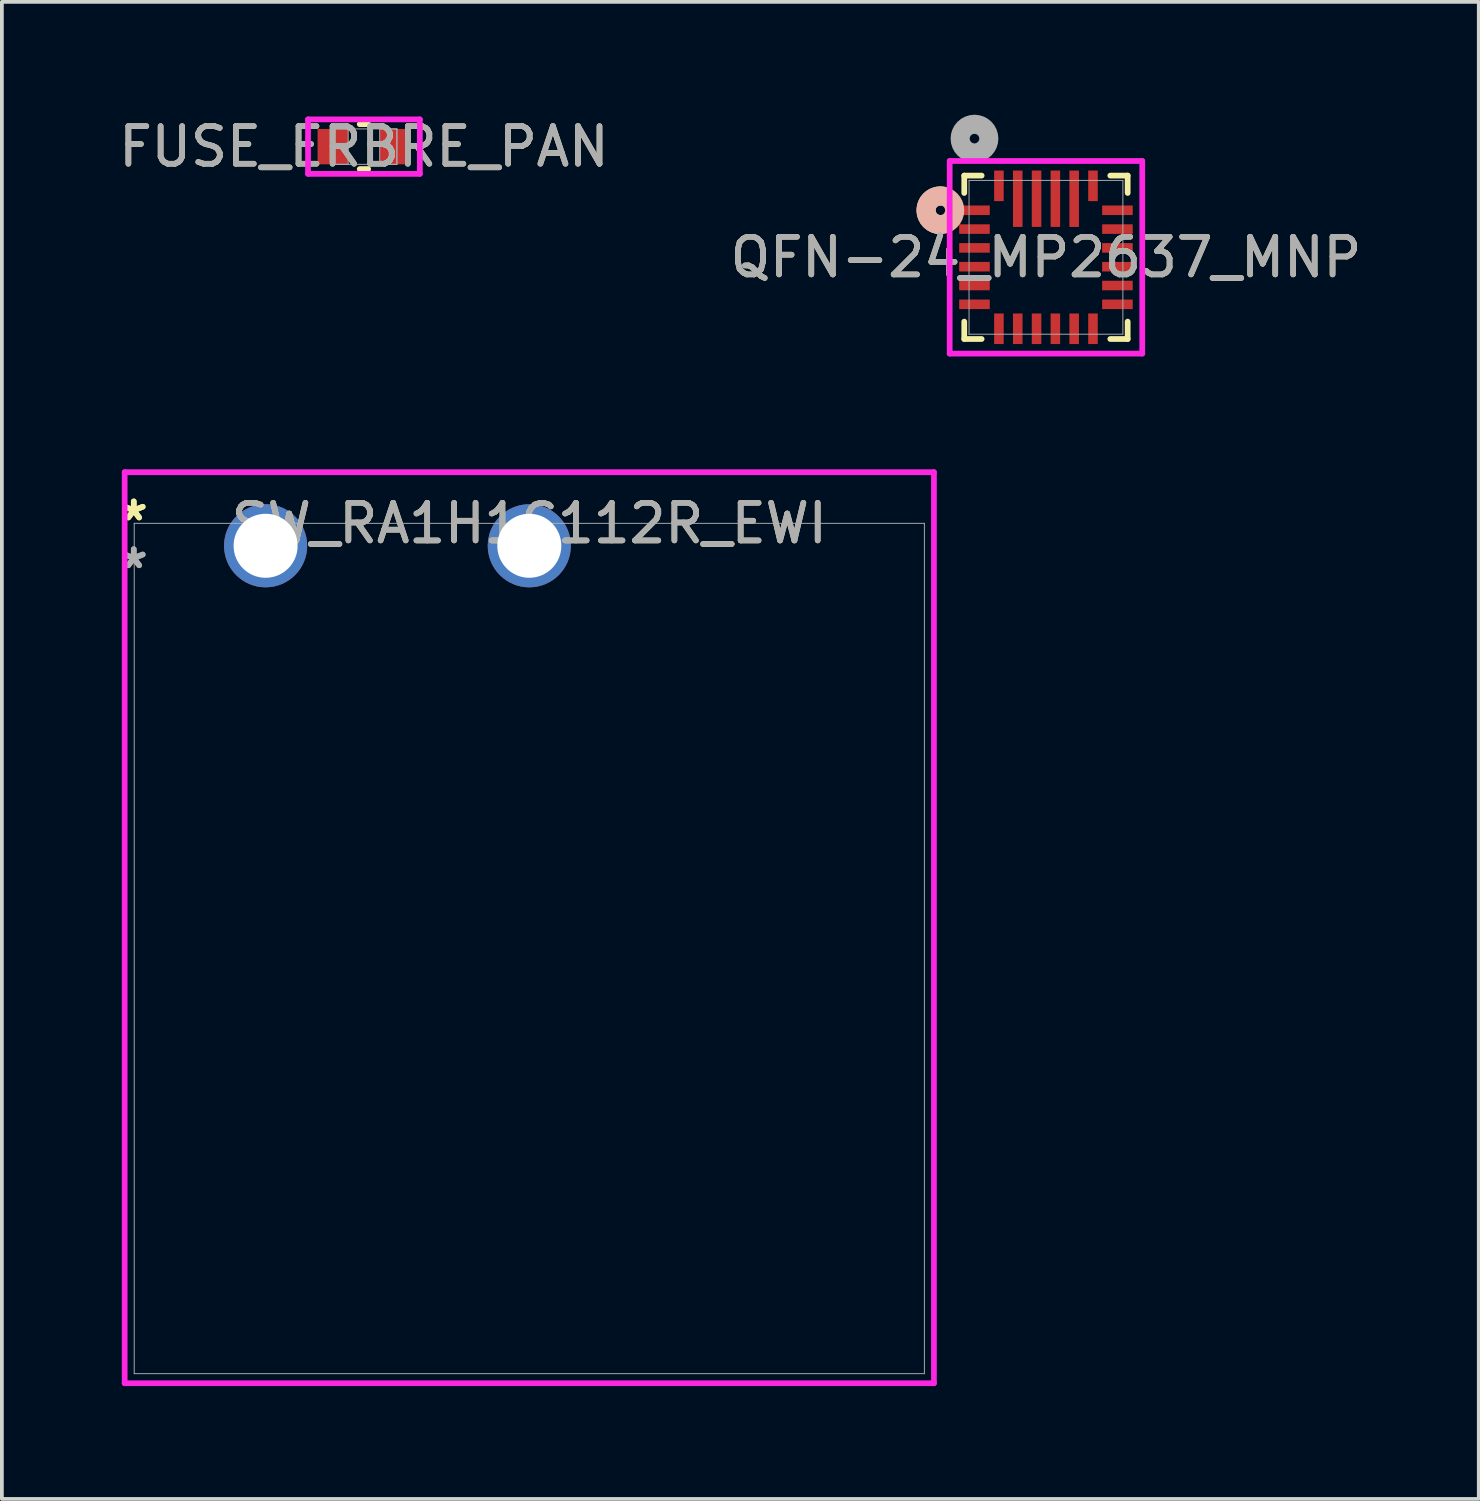
<source format=kicad_pcb>
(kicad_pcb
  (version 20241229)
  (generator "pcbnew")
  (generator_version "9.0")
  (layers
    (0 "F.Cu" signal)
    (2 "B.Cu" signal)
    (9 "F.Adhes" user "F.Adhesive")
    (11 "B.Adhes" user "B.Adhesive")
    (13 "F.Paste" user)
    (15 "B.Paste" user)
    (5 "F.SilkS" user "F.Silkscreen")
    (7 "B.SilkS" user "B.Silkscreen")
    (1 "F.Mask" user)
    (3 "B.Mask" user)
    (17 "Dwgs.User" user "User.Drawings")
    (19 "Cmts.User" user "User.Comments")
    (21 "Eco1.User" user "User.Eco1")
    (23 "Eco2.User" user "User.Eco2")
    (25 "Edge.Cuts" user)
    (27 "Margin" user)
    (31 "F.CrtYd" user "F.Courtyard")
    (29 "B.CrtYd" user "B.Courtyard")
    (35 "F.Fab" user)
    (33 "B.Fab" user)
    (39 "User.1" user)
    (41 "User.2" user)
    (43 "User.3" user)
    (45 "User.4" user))
  (footprint "SW_RA1H1C112R_EWI"
    (layer "F.Cu")
    (at 4.011 11.459)
    (property "Reference" "SW_RA1H1C112R_EWI" (at 7.01 -0.597 0) (unlocked yes) (layer "F.SilkS") (effects (font (size 1 1) (thickness 0.15))))
    (attr through_hole)
    (fp_line (start -3.747 -1.956) (end -3.747 22.263) (stroke (width 0.152) (type solid)) (layer "F.CrtYd"))
    (fp_line (start -3.747 22.263) (end 17.767 22.263) (stroke (width 0.152) (type solid)) (layer "F.CrtYd"))
    (fp_line (start 17.767 -1.956) (end -3.747 -1.956) (stroke (width 0.152) (type solid)) (layer "F.CrtYd"))
    (fp_line (start 17.767 22.263) (end 17.767 -1.956) (stroke (width 0.152) (type solid)) (layer "F.CrtYd"))
    (fp_line (start -3.493 -0.597) (end 17.513 -0.597) (stroke (width 0.025) (type solid)) (layer "F.Fab"))
    (fp_line (start -3.493 22.009) (end -3.493 -0.597) (stroke (width 0.025) (type solid)) (layer "F.Fab"))
    (fp_line (start 17.513 -0.597) (end 17.513 22.009) (stroke (width 0.025) (type solid)) (layer "F.Fab"))
    (fp_line (start 17.513 22.009) (end -3.493 22.009) (stroke (width 0.025) (type solid)) (layer "F.Fab"))
    (fp_text user "*" (at -3.505 -0.635 0) (layer "F.SilkS") (effects (font (size 1 1) (thickness 0.15))))
    (fp_text user "*" (at -3.505 -0.635 0) (unlocked yes) (layer "F.SilkS") (effects (font (size 1 1) (thickness 0.15))))
    (fp_text user "*" (at -3.505 0.635 0) (layer "F.Fab") (effects (font (size 1 1) (thickness 0.15))))
    (fp_text user "${REFERENCE}" (at 7.01 -0.597 0) (unlocked yes) (layer "F.Fab") (effects (font (size 1 1) (thickness 0.15))))
    (fp_text user "*" (at -3.505 0.635 0) (unlocked yes) (layer "F.Fab") (effects (font (size 1 1) (thickness 0.15))))
    (pad "1" thru_hole circle (at 0 0) (size 2.21 2.21) (drill 1.702) (layers "*.Cu" "*.Mask"))
    (pad "2" thru_hole circle (at 7.01 0) (size 2.21 2.21) (drill 1.702) (layers "*.Cu" "*.Mask")))
  (footprint "FUSE_ERBRE_PAN"
    (layer "F.Cu")
    (at 6.625 0.848)
    (property "Reference" "FUSE_ERBRE_PAN" (at 0 0 0) (unlocked yes) (layer "F.SilkS") (effects (font (size 1 1) (thickness 0.15))))
    (attr smd)
    (fp_line (start -0.112 0.597) (end 0.112 0.597) (stroke (width 0.152) (type solid)) (layer "F.SilkS"))
    (fp_line (start 0.112 -0.597) (end -0.112 -0.597) (stroke (width 0.152) (type solid)) (layer "F.SilkS"))
    (fp_line (start -1.486 -0.724) (end 1.486 -0.724) (stroke (width 0.152) (type solid)) (layer "F.CrtYd"))
    (fp_line (start -1.486 0.724) (end -1.486 -0.724) (stroke (width 0.152) (type solid)) (layer "F.CrtYd"))
    (fp_line (start 1.486 -0.724) (end 1.486 0.724) (stroke (width 0.152) (type solid)) (layer "F.CrtYd"))
    (fp_line (start 1.486 0.724) (end -1.486 0.724) (stroke (width 0.152) (type solid)) (layer "F.CrtYd"))
    (fp_line (start -0.876 -0.47) (end -0.876 0.47) (stroke (width 0.025) (type solid)) (layer "F.Fab"))
    (fp_line (start -0.876 -0.47) (end -0.876 0.47) (stroke (width 0.025) (type solid)) (layer "F.Fab"))
    (fp_line (start -0.876 0.47) (end -0.419 0.47) (stroke (width 0.025) (type solid)) (layer "F.Fab"))
    (fp_line (start -0.876 0.47) (end 0.876 0.47) (stroke (width 0.025) (type solid)) (layer "F.Fab"))
    (fp_line (start -0.419 -0.47) (end -0.876 -0.47) (stroke (width 0.025) (type solid)) (layer "F.Fab"))
    (fp_line (start -0.419 0.47) (end -0.419 -0.47) (stroke (width 0.025) (type solid)) (layer "F.Fab"))
    (fp_line (start 0.419 -0.47) (end 0.419 0.47) (stroke (width 0.025) (type solid)) (layer "F.Fab"))
    (fp_line (start 0.419 0.47) (end 0.876 0.47) (stroke (width 0.025) (type solid)) (layer "F.Fab"))
    (fp_line (start 0.876 -0.47) (end -0.876 -0.47) (stroke (width 0.025) (type solid)) (layer "F.Fab"))
    (fp_line (start 0.876 -0.47) (end 0.419 -0.47) (stroke (width 0.025) (type solid)) (layer "F.Fab"))
    (fp_line (start 0.876 0.47) (end 0.876 -0.47) (stroke (width 0.025) (type solid)) (layer "F.Fab"))
    (fp_line (start 0.876 0.47) (end 0.876 -0.47) (stroke (width 0.025) (type solid)) (layer "F.Fab"))
    (fp_circle (center -0.622 0) (end -0.622 0) (stroke (width 0.025) (type solid)) (fill no) (layer "F.Fab"))
    (fp_text user "${REFERENCE}" (at 0 0 0) (unlocked yes) (layer "F.Fab") (effects (font (size 1 1) (thickness 0.15))))
    (pad "1" smd rect (at -0.826 0) (size 0.813 0.94) (layers "F.Cu" "F.Mask" "F.Paste"))
    (pad "2" smd rect (at 0.826 0) (size 0.813 0.94) (layers "F.Cu" "F.Mask" "F.Paste"))
    (zone (net_name "") (layer "F.Cu") (hatch full 0.508) (connect_pads) (min_thickness 0.254) (filled_areas_thickness no) (keepout (tracks not_allowed) (vias not_allowed) (pads allowed) (copperpour not_allowed) (footprints allowed)) (placement (enabled no)) (fill) (polygon (pts (xy 6.257 0.429) (xy 6.993 0.429) (xy 6.993 1.267) (xy 6.257 1.267)))))
  (footprint "QFN-24_MP2637_MNP"
    (layer "F.Cu")
    (at 24.756 3.79)
    (property "Reference" "QFN-24_MP2637_MNP" (at 0 0 0) (unlocked yes) (layer "F.SilkS") (effects (font (size 1 1) (thickness 0.15))))
    (attr smd)
    (fp_line (start -2.172 -2.172) (end -2.172 -1.71) (stroke (width 0.152) (type solid)) (layer "F.SilkS"))
    (fp_line (start -2.172 1.71) (end -2.172 2.172) (stroke (width 0.152) (type solid)) (layer "F.SilkS"))
    (fp_line (start -2.172 2.172) (end -1.71 2.172) (stroke (width 0.152) (type solid)) (layer "F.SilkS"))
    (fp_line (start -1.71 -2.172) (end -2.172 -2.172) (stroke (width 0.152) (type solid)) (layer "F.SilkS"))
    (fp_line (start 1.71 2.172) (end 2.172 2.172) (stroke (width 0.152) (type solid)) (layer "F.SilkS"))
    (fp_line (start 2.172 -2.172) (end 1.71 -2.172) (stroke (width 0.152) (type solid)) (layer "F.SilkS"))
    (fp_line (start 2.172 -1.71) (end 2.172 -2.172) (stroke (width 0.152) (type solid)) (layer "F.SilkS"))
    (fp_line (start 2.172 2.172) (end 2.172 1.71) (stroke (width 0.152) (type solid)) (layer "F.SilkS"))
    (fp_arc (start -2.816939 -0.869138) (mid -3.18629 -1.282753) (end -2.751548 -1.626987) (stroke (width 0.508) (type solid)) (layer "F.SilkS"))
    (fp_circle (center -2.807 -1.25) (end -2.426 -1.25) (stroke (width 0.508) (type solid)) (fill no) (layer "B.SilkS"))
    (fp_line (start -2.56 -2.56) (end -2.56 2.56) (stroke (width 0.152) (type solid)) (layer "F.CrtYd"))
    (fp_line (start -2.56 2.56) (end 2.56 2.56) (stroke (width 0.152) (type solid)) (layer "F.CrtYd"))
    (fp_line (start 2.56 -2.56) (end -2.56 -2.56) (stroke (width 0.152) (type solid)) (layer "F.CrtYd"))
    (fp_line (start 2.56 2.56) (end 2.56 -2.56) (stroke (width 0.152) (type solid)) (layer "F.CrtYd"))
    (fp_line (start -2.045 -2.045) (end -2.045 2.045) (stroke (width 0.025) (type solid)) (layer "F.Fab"))
    (fp_line (start -2.045 2.045) (end 2.045 2.045) (stroke (width 0.025) (type solid)) (layer "F.Fab"))
    (fp_line (start 2.045 -2.045) (end -2.045 -2.045) (stroke (width 0.025) (type solid)) (layer "F.Fab"))
    (fp_line (start 2.045 2.045) (end 2.045 -2.045) (stroke (width 0.025) (type solid)) (layer "F.Fab"))
    (fp_circle (center -1.9 -3.155) (end -1.519 -3.155) (stroke (width 0.508) (type solid)) (fill no) (layer "F.Fab"))
    (fp_text user "${REFERENCE}" (at 0 0 0) (unlocked yes) (layer "F.Fab") (effects (font (size 1 1) (thickness 0.15))))
    (pad "1" smd rect (at -1.9 -1.25) (size 0.813 0.254) (layers "F.Cu" "F.Mask" "F.Paste"))
    (pad "2" smd rect (at -1.9 -0.75) (size 0.813 0.254) (layers "F.Cu" "F.Mask" "F.Paste"))
    (pad "3" smd rect (at -1.9 -0.25) (size 0.813 0.254) (layers "F.Cu" "F.Mask" "F.Paste"))
    (pad "4" smd rect (at -1.9 0.25) (size 0.813 0.254) (layers "F.Cu" "F.Mask" "F.Paste"))
    (pad "5" smd rect (at -1.9 0.75) (size 0.813 0.254) (layers "F.Cu" "F.Mask" "F.Paste"))
    (pad "6" smd rect (at -1.9 1.25) (size 0.813 0.254) (layers "F.Cu" "F.Mask" "F.Paste"))
    (pad "7" smd rect (at -1.25 1.9) (size 0.254 0.813) (layers "F.Cu" "F.Mask" "F.Paste"))
    (pad "8" smd rect (at -0.75 1.9) (size 0.254 0.813) (layers "F.Cu" "F.Mask" "F.Paste"))
    (pad "9" smd rect (at -0.25 1.9) (size 0.254 0.813) (layers "F.Cu" "F.Mask" "F.Paste"))
    (pad "10" smd rect (at 0.25 1.9) (size 0.254 0.813) (layers "F.Cu" "F.Mask" "F.Paste"))
    (pad "11" smd rect (at 0.75 1.9) (size 0.254 0.813) (layers "F.Cu" "F.Mask" "F.Paste"))
    (pad "12" smd rect (at 1.25 1.9) (size 0.254 0.813) (layers "F.Cu" "F.Mask" "F.Paste"))
    (pad "13" smd rect (at 1.9 1.25) (size 0.813 0.254) (layers "F.Cu" "F.Mask" "F.Paste"))
    (pad "14" smd rect (at 1.9 0.75) (size 0.813 0.254) (layers "F.Cu" "F.Mask" "F.Paste"))
    (pad "15" smd rect (at 1.9 0.25) (size 0.813 0.254) (layers "F.Cu" "F.Mask" "F.Paste"))
    (pad "16" smd rect (at 1.9 -0.25) (size 0.813 0.254) (layers "F.Cu" "F.Mask" "F.Paste"))
    (pad "17" smd rect (at 1.9 -0.75) (size 0.813 0.254) (layers "F.Cu" "F.Mask" "F.Paste"))
    (pad "18" smd rect (at 1.9 -1.25) (size 0.813 0.254) (layers "F.Cu" "F.Mask" "F.Paste"))
    (pad "19" smd rect (at 1.25 -1.9) (size 0.254 0.813) (layers "F.Cu" "F.Mask" "F.Paste"))
    (pad "20" smd rect (at 0.75 -1.557) (size 0.254 1.499) (layers "F.Cu" "F.Mask" "F.Paste"))
    (pad "21" smd rect (at 0.25 -1.557) (size 0.254 1.499) (layers "F.Cu" "F.Mask" "F.Paste"))
    (pad "22" smd rect (at -0.25 -1.557) (size 0.254 1.499) (layers "F.Cu" "F.Mask" "F.Paste"))
    (pad "23" smd rect (at -0.75 -1.557) (size 0.254 1.499) (layers "F.Cu" "F.Mask" "F.Paste"))
    (pad "24" smd rect (at -1.25 -1.9) (size 0.254 0.813) (layers "F.Cu" "F.Mask" "F.Paste")))
  (gr_rect
    (start -3 -3)
    (end 36.262 36.798)
    (stroke (width 0.1) (type default))
    (fill no)
    (layer "Edge.Cuts")))
</source>
